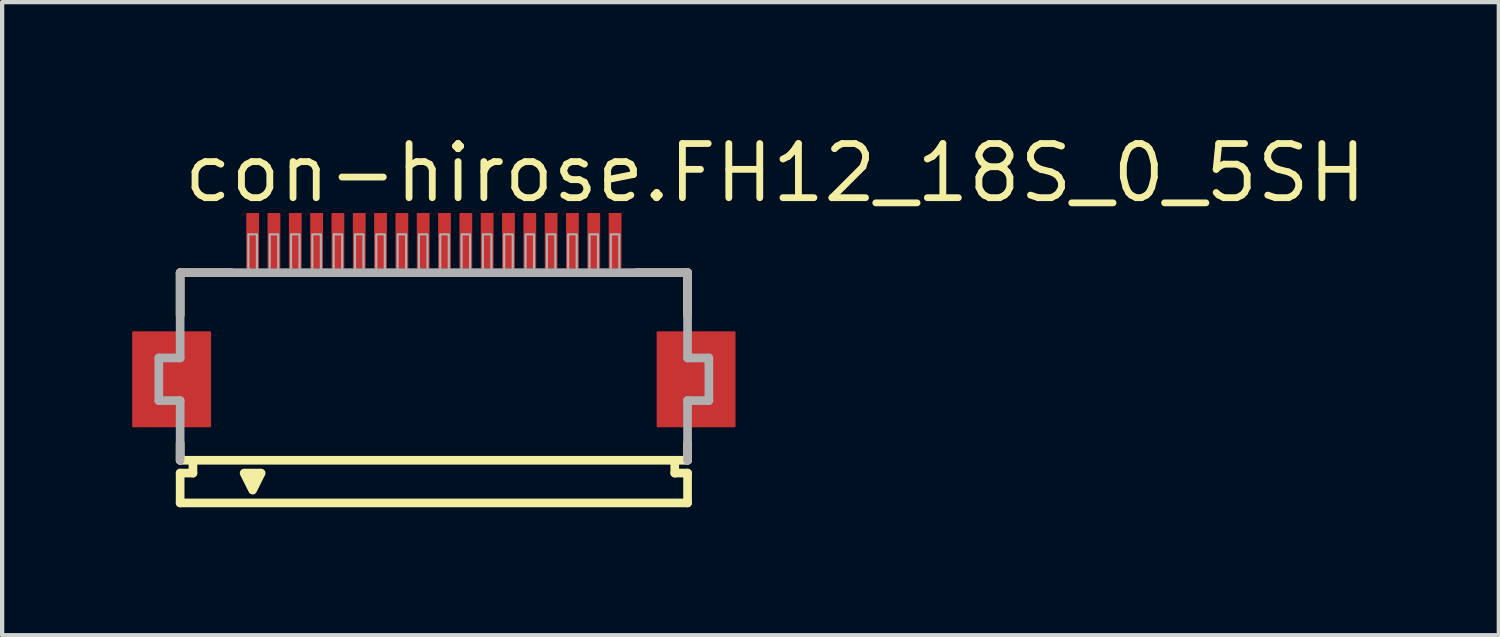
<source format=kicad_pcb>
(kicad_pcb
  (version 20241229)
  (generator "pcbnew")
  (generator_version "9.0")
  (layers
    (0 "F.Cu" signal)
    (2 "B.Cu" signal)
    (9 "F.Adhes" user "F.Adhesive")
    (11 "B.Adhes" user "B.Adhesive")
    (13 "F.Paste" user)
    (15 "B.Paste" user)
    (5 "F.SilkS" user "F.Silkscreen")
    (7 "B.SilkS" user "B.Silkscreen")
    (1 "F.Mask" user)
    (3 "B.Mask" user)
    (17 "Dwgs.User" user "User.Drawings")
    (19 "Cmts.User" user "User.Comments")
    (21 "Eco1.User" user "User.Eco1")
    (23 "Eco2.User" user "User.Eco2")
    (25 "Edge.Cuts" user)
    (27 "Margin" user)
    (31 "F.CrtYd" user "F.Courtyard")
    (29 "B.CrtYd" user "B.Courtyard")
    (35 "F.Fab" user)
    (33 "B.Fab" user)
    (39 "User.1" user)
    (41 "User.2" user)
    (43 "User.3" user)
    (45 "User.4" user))
  (footprint "con-hirose.FH12_18S_0_5SH"
    (layer "F.Cu")
    (at 7.125 5.845)
    (property "Reference" "con-hirose.FH12_18S_0_5SH" (at -5.948 -4.095 0) (layer "F.SilkS") (effects (font (size 1.27 1.27) (thickness 0.16)) (justify left bottom)))
    (attr smd)
    (fp_rect (start -7.05 1.1) (end -5.25 -1.1) (stroke (width 0.05) (type default)) (fill yes) (layer "F.Cu"))
    (fp_rect (start 5.25 1.1) (end 7.05 -1.1) (stroke (width 0.05) (type default)) (fill yes) (layer "F.Cu"))
    (fp_rect (start -7.1 1.175) (end -5.2 -1.175) (stroke (width 0.05) (type default)) (fill yes) (layer "F.Mask"))
    (fp_rect (start -4.45 -2.55) (end -4.05 -3.95) (stroke (width 0.05) (type default)) (fill yes) (layer "F.Mask"))
    (fp_rect (start -3.95 -2.55) (end -3.55 -3.95) (stroke (width 0.05) (type default)) (fill yes) (layer "F.Mask"))
    (fp_rect (start -3.45 -2.55) (end -3.05 -3.95) (stroke (width 0.05) (type default)) (fill yes) (layer "F.Mask"))
    (fp_rect (start -2.95 -2.55) (end -2.55 -3.95) (stroke (width 0.05) (type default)) (fill yes) (layer "F.Mask"))
    (fp_rect (start -2.45 -2.55) (end -2.05 -3.95) (stroke (width 0.05) (type default)) (fill yes) (layer "F.Mask"))
    (fp_rect (start -1.95 -2.55) (end -1.55 -3.95) (stroke (width 0.05) (type default)) (fill yes) (layer "F.Mask"))
    (fp_rect (start -1.45 -2.55) (end -1.05 -3.95) (stroke (width 0.05) (type default)) (fill yes) (layer "F.Mask"))
    (fp_rect (start -0.95 -2.55) (end -0.55 -3.95) (stroke (width 0.05) (type default)) (fill yes) (layer "F.Mask"))
    (fp_rect (start -0.45 -2.55) (end -0.05 -3.95) (stroke (width 0.05) (type default)) (fill yes) (layer "F.Mask"))
    (fp_rect (start 0.05 -2.55) (end 0.45 -3.95) (stroke (width 0.05) (type default)) (fill yes) (layer "F.Mask"))
    (fp_rect (start 0.55 -2.55) (end 0.95 -3.95) (stroke (width 0.05) (type default)) (fill yes) (layer "F.Mask"))
    (fp_rect (start 1.05 -2.55) (end 1.45 -3.95) (stroke (width 0.05) (type default)) (fill yes) (layer "F.Mask"))
    (fp_rect (start 1.55 -2.55) (end 1.95 -3.95) (stroke (width 0.05) (type default)) (fill yes) (layer "F.Mask"))
    (fp_rect (start 2.05 -2.55) (end 2.45 -3.95) (stroke (width 0.05) (type default)) (fill yes) (layer "F.Mask"))
    (fp_rect (start 2.55 -2.55) (end 2.95 -3.95) (stroke (width 0.05) (type default)) (fill yes) (layer "F.Mask"))
    (fp_rect (start 3.05 -2.55) (end 3.45 -3.95) (stroke (width 0.05) (type default)) (fill yes) (layer "F.Mask"))
    (fp_rect (start 3.55 -2.55) (end 3.95 -3.95) (stroke (width 0.05) (type default)) (fill yes) (layer "F.Mask"))
    (fp_rect (start 4.05 -2.55) (end 4.45 -3.95) (stroke (width 0.05) (type default)) (fill yes) (layer "F.Mask"))
    (fp_rect (start 5.2 1.175) (end 7.1 -1.175) (stroke (width 0.05) (type default)) (fill yes) (layer "F.Mask"))
    (fp_line (start -5.95 -2.5) (end -5.95 -1.5) (stroke (width 0.203) (type default)) (layer "F.SilkS"))
    (fp_line (start -5.95 1.5) (end -5.95 1.9) (stroke (width 0.203) (type default)) (layer "F.SilkS"))
    (fp_line (start -5.95 1.9) (end -5.65 1.9) (stroke (width 0.203) (type default)) (layer "F.SilkS"))
    (fp_line (start -5.95 2.2) (end -5.95 2.9) (stroke (width 0.203) (type default)) (layer "F.SilkS"))
    (fp_line (start -5.65 1.9) (end -5.65 2.2) (stroke (width 0.203) (type default)) (layer "F.SilkS"))
    (fp_line (start -5.65 2.2) (end -5.95 2.2) (stroke (width 0.203) (type default)) (layer "F.SilkS"))
    (fp_line (start -4.75 -2.5) (end -5.95 -2.5) (stroke (width 0.203) (type default)) (layer "F.SilkS"))
    (fp_line (start 5.65 1.9) (end -5.65 1.9) (stroke (width 0.203) (type default)) (layer "F.SilkS"))
    (fp_line (start 5.65 1.9) (end 5.95 1.9) (stroke (width 0.203) (type default)) (layer "F.SilkS"))
    (fp_line (start 5.65 2.2) (end 5.65 1.9) (stroke (width 0.203) (type default)) (layer "F.SilkS"))
    (fp_line (start 5.95 -2.5) (end 4.75 -2.5) (stroke (width 0.203) (type default)) (layer "F.SilkS"))
    (fp_line (start 5.95 -1.5) (end 5.95 -2.5) (stroke (width 0.203) (type default)) (layer "F.SilkS"))
    (fp_line (start 5.95 1.9) (end 5.95 1.5) (stroke (width 0.203) (type default)) (layer "F.SilkS"))
    (fp_line (start 5.95 2.2) (end 5.65 2.2) (stroke (width 0.203) (type default)) (layer "F.SilkS"))
    (fp_line (start 5.95 2.9) (end -5.95 2.9) (stroke (width 0.203) (type default)) (layer "F.SilkS"))
    (fp_line (start 5.95 2.9) (end 5.95 2.2) (stroke (width 0.203) (type default)) (layer "F.SilkS"))
    (fp_poly (pts (xy -4.45 2.2) (xy -4.25 2.6) (xy -4.05 2.2)) (stroke (width 0.203) (type default)) (fill yes) (layer "F.SilkS"))
    (fp_rect (start -6.975 1.025) (end -5.325 -1.025) (stroke (width 0.05) (type default)) (fill yes) (layer "F.Paste"))
    (fp_rect (start -4.375 -2.625) (end -4.125 -3.875) (stroke (width 0.05) (type default)) (fill yes) (layer "F.Paste"))
    (fp_rect (start -3.875 -2.625) (end -3.625 -3.875) (stroke (width 0.05) (type default)) (fill yes) (layer "F.Paste"))
    (fp_rect (start -3.375 -2.625) (end -3.125 -3.875) (stroke (width 0.05) (type default)) (fill yes) (layer "F.Paste"))
    (fp_rect (start -2.875 -2.625) (end -2.625 -3.875) (stroke (width 0.05) (type default)) (fill yes) (layer "F.Paste"))
    (fp_rect (start -2.375 -2.625) (end -2.125 -3.875) (stroke (width 0.05) (type default)) (fill yes) (layer "F.Paste"))
    (fp_rect (start -1.875 -2.625) (end -1.625 -3.875) (stroke (width 0.05) (type default)) (fill yes) (layer "F.Paste"))
    (fp_rect (start -1.375 -2.625) (end -1.125 -3.875) (stroke (width 0.05) (type default)) (fill yes) (layer "F.Paste"))
    (fp_rect (start -0.875 -2.625) (end -0.625 -3.875) (stroke (width 0.05) (type default)) (fill yes) (layer "F.Paste"))
    (fp_rect (start -0.375 -2.625) (end -0.125 -3.875) (stroke (width 0.05) (type default)) (fill yes) (layer "F.Paste"))
    (fp_rect (start 0.125 -2.625) (end 0.375 -3.875) (stroke (width 0.05) (type default)) (fill yes) (layer "F.Paste"))
    (fp_rect (start 0.625 -2.625) (end 0.875 -3.875) (stroke (width 0.05) (type default)) (fill yes) (layer "F.Paste"))
    (fp_rect (start 1.125 -2.625) (end 1.375 -3.875) (stroke (width 0.05) (type default)) (fill yes) (layer "F.Paste"))
    (fp_rect (start 1.625 -2.625) (end 1.875 -3.875) (stroke (width 0.05) (type default)) (fill yes) (layer "F.Paste"))
    (fp_rect (start 2.125 -2.625) (end 2.375 -3.875) (stroke (width 0.05) (type default)) (fill yes) (layer "F.Paste"))
    (fp_rect (start 2.625 -2.625) (end 2.875 -3.875) (stroke (width 0.05) (type default)) (fill yes) (layer "F.Paste"))
    (fp_rect (start 3.125 -2.625) (end 3.375 -3.875) (stroke (width 0.05) (type default)) (fill yes) (layer "F.Paste"))
    (fp_rect (start 3.625 -2.625) (end 3.875 -3.875) (stroke (width 0.05) (type default)) (fill yes) (layer "F.Paste"))
    (fp_rect (start 4.125 -2.625) (end 4.375 -3.875) (stroke (width 0.05) (type default)) (fill yes) (layer "F.Paste"))
    (fp_rect (start 5.325 1.025) (end 6.975 -1.025) (stroke (width 0.05) (type default)) (fill yes) (layer "F.Paste"))
    (fp_line (start -6.45 -0.5) (end -6.45 0.5) (stroke (width 0.203) (type default)) (layer "F.Fab"))
    (fp_line (start -6.45 0.5) (end -5.95 0.5) (stroke (width 0.203) (type default)) (layer "F.Fab"))
    (fp_line (start -5.95 -2.5) (end -5.95 -0.5) (stroke (width 0.203) (type default)) (layer "F.Fab"))
    (fp_line (start -5.95 -0.5) (end -6.45 -0.5) (stroke (width 0.203) (type default)) (layer "F.Fab"))
    (fp_line (start -5.95 0.5) (end -5.95 1.9) (stroke (width 0.203) (type default)) (layer "F.Fab"))
    (fp_line (start 5.95 -2.5) (end -5.95 -2.5) (stroke (width 0.203) (type default)) (layer "F.Fab"))
    (fp_line (start 5.95 -0.5) (end 5.95 -2.5) (stroke (width 0.203) (type default)) (layer "F.Fab"))
    (fp_line (start 5.95 0.5) (end 6.45 0.5) (stroke (width 0.203) (type default)) (layer "F.Fab"))
    (fp_line (start 5.95 1.9) (end 5.95 0.5) (stroke (width 0.203) (type default)) (layer "F.Fab"))
    (fp_line (start 6.45 -0.5) (end 5.95 -0.5) (stroke (width 0.203) (type default)) (layer "F.Fab"))
    (fp_line (start 6.45 0.5) (end 6.45 -0.5) (stroke (width 0.203) (type default)) (layer "F.Fab"))
    (fp_rect (start -4.35 -2.55) (end -4.15 -3.4) (stroke (width 0.05) (type default)) (fill no) (layer "F.Fab"))
    (fp_rect (start -3.85 -2.55) (end -3.65 -3.4) (stroke (width 0.05) (type default)) (fill no) (layer "F.Fab"))
    (fp_rect (start -3.35 -2.55) (end -3.15 -3.4) (stroke (width 0.05) (type default)) (fill no) (layer "F.Fab"))
    (fp_rect (start -2.85 -2.55) (end -2.65 -3.4) (stroke (width 0.05) (type default)) (fill no) (layer "F.Fab"))
    (fp_rect (start -2.35 -2.55) (end -2.15 -3.4) (stroke (width 0.05) (type default)) (fill no) (layer "F.Fab"))
    (fp_rect (start -1.85 -2.55) (end -1.65 -3.4) (stroke (width 0.05) (type default)) (fill no) (layer "F.Fab"))
    (fp_rect (start -1.35 -2.55) (end -1.15 -3.4) (stroke (width 0.05) (type default)) (fill no) (layer "F.Fab"))
    (fp_rect (start -0.85 -2.55) (end -0.65 -3.4) (stroke (width 0.05) (type default)) (fill no) (layer "F.Fab"))
    (fp_rect (start -0.35 -2.55) (end -0.15 -3.4) (stroke (width 0.05) (type default)) (fill no) (layer "F.Fab"))
    (fp_rect (start 0.15 -2.55) (end 0.35 -3.4) (stroke (width 0.05) (type default)) (fill no) (layer "F.Fab"))
    (fp_rect (start 0.65 -2.55) (end 0.85 -3.4) (stroke (width 0.05) (type default)) (fill no) (layer "F.Fab"))
    (fp_rect (start 1.15 -2.55) (end 1.35 -3.4) (stroke (width 0.05) (type default)) (fill no) (layer "F.Fab"))
    (fp_rect (start 1.65 -2.55) (end 1.85 -3.4) (stroke (width 0.05) (type default)) (fill no) (layer "F.Fab"))
    (fp_rect (start 2.15 -2.55) (end 2.35 -3.4) (stroke (width 0.05) (type default)) (fill no) (layer "F.Fab"))
    (fp_rect (start 2.65 -2.55) (end 2.85 -3.4) (stroke (width 0.05) (type default)) (fill no) (layer "F.Fab"))
    (fp_rect (start 3.15 -2.55) (end 3.35 -3.4) (stroke (width 0.05) (type default)) (fill no) (layer "F.Fab"))
    (fp_rect (start 3.65 -2.55) (end 3.85 -3.4) (stroke (width 0.05) (type default)) (fill no) (layer "F.Fab"))
    (fp_rect (start 4.15 -2.55) (end 4.35 -3.4) (stroke (width 0.05) (type default)) (fill no) (layer "F.Fab"))
    (pad "1" smd roundrect (at -4.25 -3.25) (size 0.3 1.3) (layers "F.Cu" "F.Mask" "F.Paste") (roundrect_rratio 0.01))
    (pad "2" smd roundrect (at -3.75 -3.25) (size 0.3 1.3) (layers "F.Cu" "F.Mask" "F.Paste") (roundrect_rratio 0.01))
    (pad "3" smd roundrect (at -3.25 -3.25) (size 0.3 1.3) (layers "F.Cu" "F.Mask" "F.Paste") (roundrect_rratio 0.01))
    (pad "4" smd roundrect (at -2.75 -3.25) (size 0.3 1.3) (layers "F.Cu" "F.Mask" "F.Paste") (roundrect_rratio 0.01))
    (pad "5" smd roundrect (at -2.25 -3.25) (size 0.3 1.3) (layers "F.Cu" "F.Mask" "F.Paste") (roundrect_rratio 0.01))
    (pad "6" smd roundrect (at -1.75 -3.25) (size 0.3 1.3) (layers "F.Cu" "F.Mask" "F.Paste") (roundrect_rratio 0.01))
    (pad "7" smd roundrect (at -1.25 -3.25) (size 0.3 1.3) (layers "F.Cu" "F.Mask" "F.Paste") (roundrect_rratio 0.01))
    (pad "8" smd roundrect (at -0.75 -3.25) (size 0.3 1.3) (layers "F.Cu" "F.Mask" "F.Paste") (roundrect_rratio 0.01))
    (pad "9" smd roundrect (at -0.25 -3.25) (size 0.3 1.3) (layers "F.Cu" "F.Mask" "F.Paste") (roundrect_rratio 0.01))
    (pad "10" smd roundrect (at 0.25 -3.25) (size 0.3 1.3) (layers "F.Cu" "F.Mask" "F.Paste") (roundrect_rratio 0.01))
    (pad "11" smd roundrect (at 0.75 -3.25) (size 0.3 1.3) (layers "F.Cu" "F.Mask" "F.Paste") (roundrect_rratio 0.01))
    (pad "12" smd roundrect (at 1.25 -3.25) (size 0.3 1.3) (layers "F.Cu" "F.Mask" "F.Paste") (roundrect_rratio 0.01))
    (pad "13" smd roundrect (at 1.75 -3.25) (size 0.3 1.3) (layers "F.Cu" "F.Mask" "F.Paste") (roundrect_rratio 0.01))
    (pad "14" smd roundrect (at 2.25 -3.25) (size 0.3 1.3) (layers "F.Cu" "F.Mask" "F.Paste") (roundrect_rratio 0.01))
    (pad "15" smd roundrect (at 2.75 -3.25) (size 0.3 1.3) (layers "F.Cu" "F.Mask" "F.Paste") (roundrect_rratio 0.01))
    (pad "16" smd roundrect (at 3.25 -3.25) (size 0.3 1.3) (layers "F.Cu" "F.Mask" "F.Paste") (roundrect_rratio 0.01))
    (pad "17" smd roundrect (at 3.75 -3.25) (size 0.3 1.3) (layers "F.Cu" "F.Mask" "F.Paste") (roundrect_rratio 0.01))
    (pad "18" smd roundrect (at 4.25 -3.25) (size 0.3 1.3) (layers "F.Cu" "F.Mask" "F.Paste") (roundrect_rratio 0.01)))
  (gr_rect
    (start -3 -3)
    (end 32.101 11.847)
    (stroke (width 0.1) (type default))
    (fill no)
    (layer "Edge.Cuts")))
</source>
